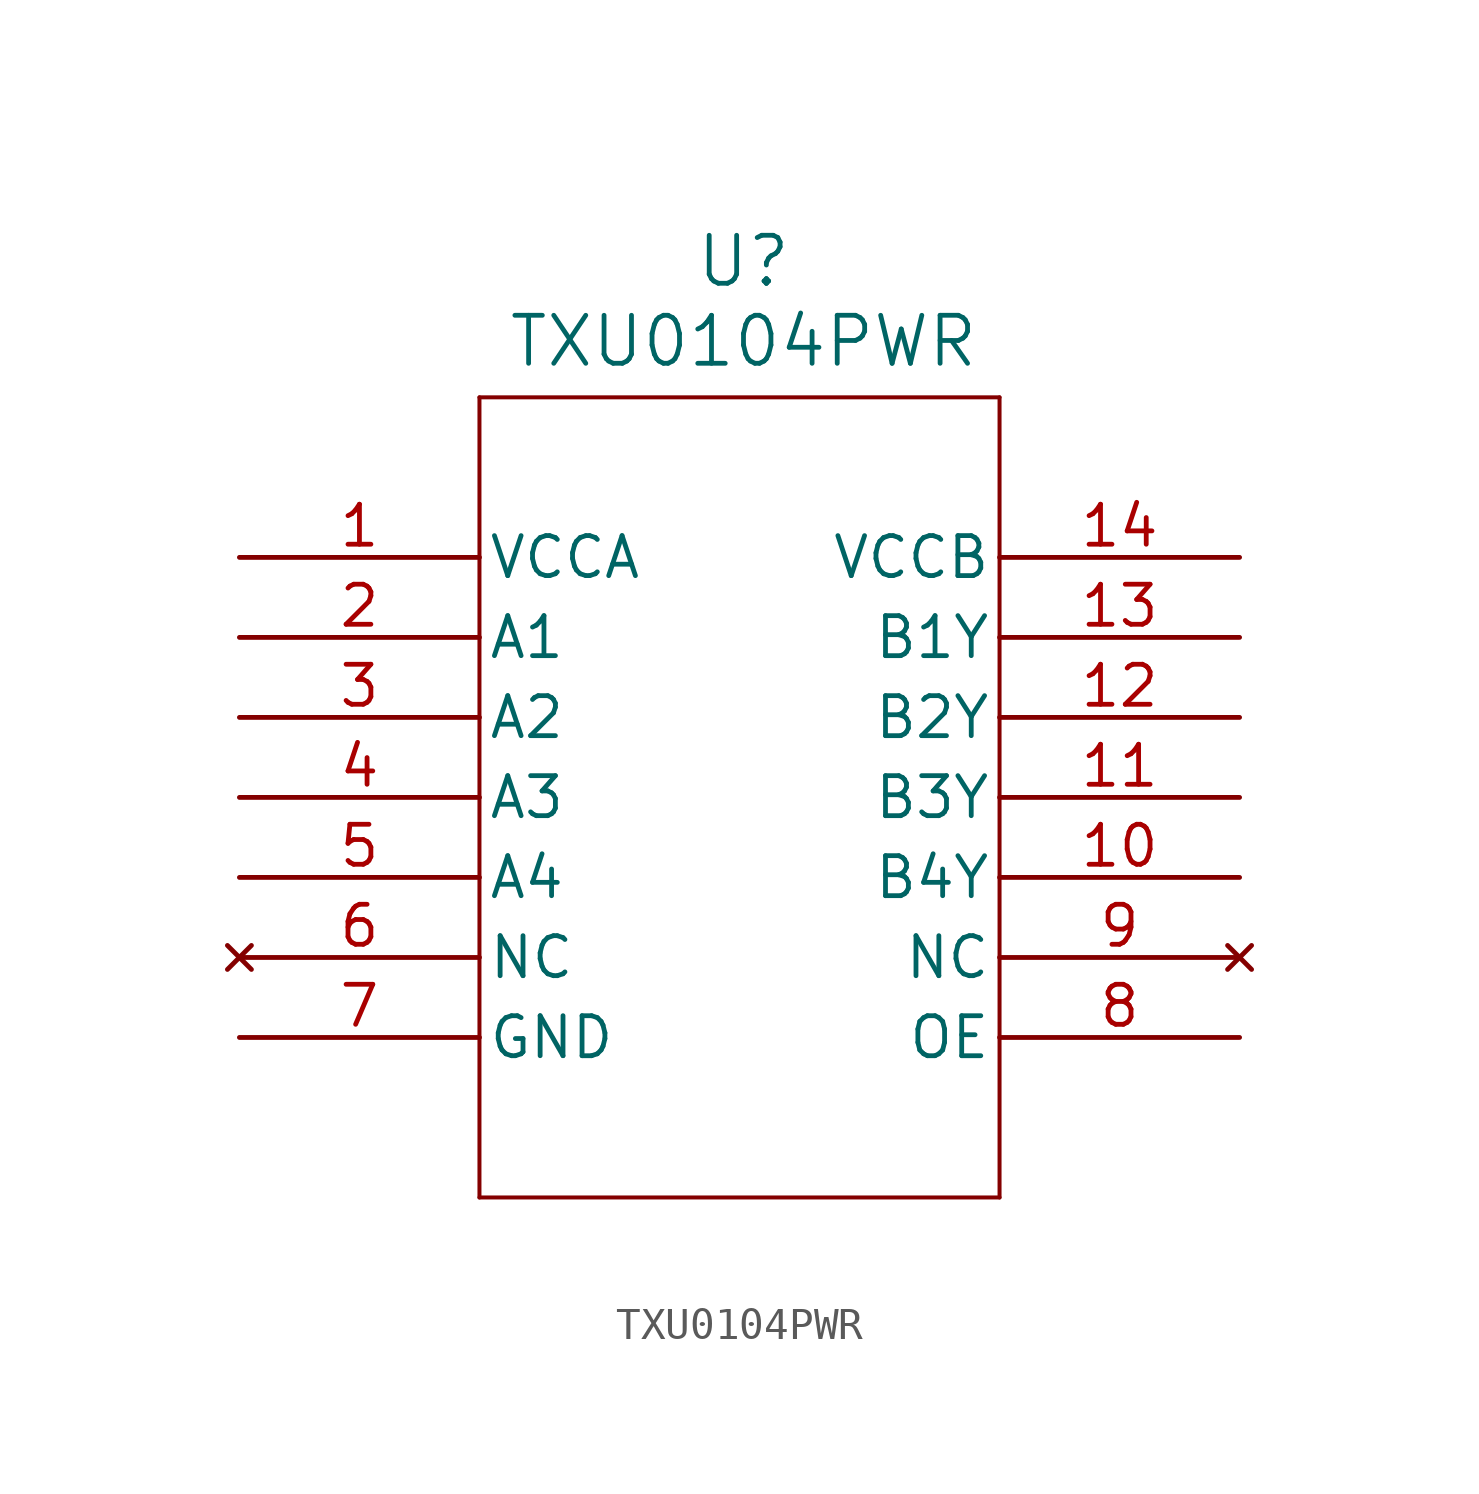
<source format=kicad_sym>
(kicad_symbol_lib
  (version 20231120)
  (generator "kicad_symbol_editor")
  (generator_version "8.0")
  (symbol "TXU0104PWR"
    (pin_names
      (offset 0.254))
    (property "Reference" "U"
      (at 16.002 9.398 0)
      (effects (font (size 1.524 1.524))))
    (property "Value" "TXU0104PWR"
      (at 16.002 6.858 0)
      (effects (font (size 1.524 1.524))))
    (property "ki_locked" ""
      (at 0 0 0)
      (effects (font (size 1.27 1.27))))
    (symbol "TXU0104PWR_0_1"
      (polyline (pts (xy 7.62 -20.32) (xy 24.13 -20.32)) (stroke (width 0.127) (type default)) (fill (type none)))
      (polyline (pts (xy 7.62 5.08) (xy 7.62 -20.32)) (stroke (width 0.127) (type default)) (fill (type none)))
      (polyline (pts (xy 24.13 -20.32) (xy 24.13 5.08)) (stroke (width 0.127) (type default)) (fill (type none)))
      (polyline (pts (xy 24.13 5.08) (xy 7.62 5.08)) (stroke (width 0.127) (type default)) (fill (type none)))
      (pin power_in line (at 0 0 0) (length 7.62) (name "VCCA" (effects (font (size 1.27 1.27)))) (number "1" (effects (font (size 1.27 1.27)))))
      (pin output line (at 31.75 -10.16 180) (length 7.62) (name "B4Y" (effects (font (size 1.27 1.27)))) (number "10" (effects (font (size 1.27 1.27)))))
      (pin output line (at 31.75 -7.62 180) (length 7.62) (name "B3Y" (effects (font (size 1.27 1.27)))) (number "11" (effects (font (size 1.27 1.27)))))
      (pin output line (at 31.75 -5.08 180) (length 7.62) (name "B2Y" (effects (font (size 1.27 1.27)))) (number "12" (effects (font (size 1.27 1.27)))))
      (pin output line (at 31.75 -2.54 180) (length 7.62) (name "B1Y" (effects (font (size 1.27 1.27)))) (number "13" (effects (font (size 1.27 1.27)))))
      (pin power_in line (at 31.75 0 180) (length 7.62) (name "VCCB" (effects (font (size 1.27 1.27)))) (number "14" (effects (font (size 1.27 1.27)))))
      (pin input line (at 0 -5.08 0) (length 7.62) (name "A2" (effects (font (size 1.27 1.27)))) (number "3" (effects (font (size 1.27 1.27)))))
      (pin input line (at 0 -7.62 0) (length 7.62) (name "A3" (effects (font (size 1.27 1.27)))) (number "4" (effects (font (size 1.27 1.27)))))
      (pin no_connect line (at 0 -12.7 0) (length 7.62) (name "NC" (effects (font (size 1.27 1.27)))) (number "6" (effects (font (size 1.27 1.27)))))
      (pin no_connect line (at 31.75 -12.7 180) (length 7.62) (name "NC" (effects (font (size 1.27 1.27)))) (number "9" (effects (font (size 1.27 1.27))))))
    (symbol "TXU0104PWR_1_1"
      (pin input line (at 0 -2.54 0) (length 7.62) (name "A1" (effects (font (size 1.27 1.27)))) (number "2" (effects (font (size 1.27 1.27)))))
      (pin input line (at 0 -10.16 0) (length 7.62) (name "A4" (effects (font (size 1.27 1.27)))) (number "5" (effects (font (size 1.27 1.27)))))
      (pin power_in line (at 0 -15.24 0) (length 7.62) (name "GND" (effects (font (size 1.27 1.27)))) (number "7" (effects (font (size 1.27 1.27)))))
      (pin input line (at 31.75 -15.24 180) (length 7.62) (name "OE" (effects (font (size 1.27 1.27)))) (number "8" (effects (font (size 1.27 1.27))))))))
</source>
